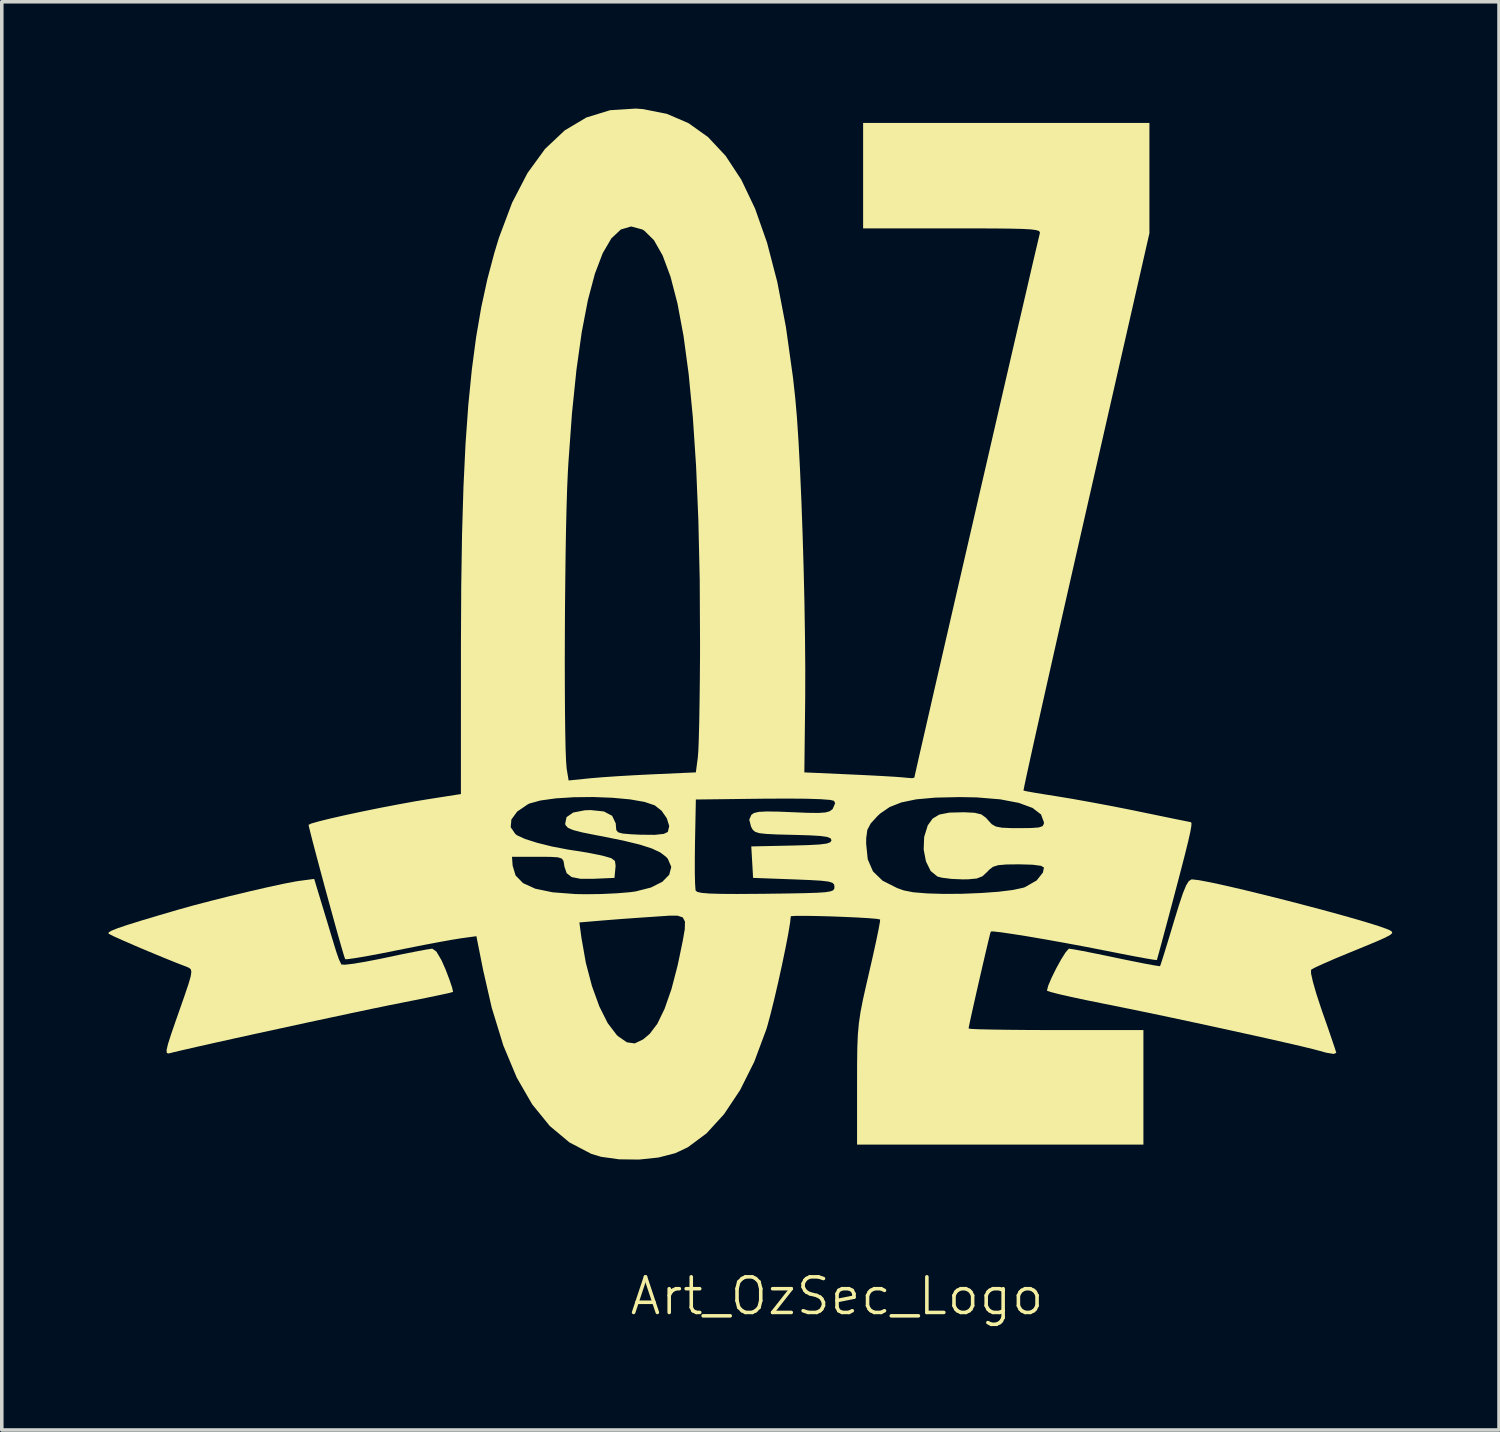
<source format=kicad_pcb>
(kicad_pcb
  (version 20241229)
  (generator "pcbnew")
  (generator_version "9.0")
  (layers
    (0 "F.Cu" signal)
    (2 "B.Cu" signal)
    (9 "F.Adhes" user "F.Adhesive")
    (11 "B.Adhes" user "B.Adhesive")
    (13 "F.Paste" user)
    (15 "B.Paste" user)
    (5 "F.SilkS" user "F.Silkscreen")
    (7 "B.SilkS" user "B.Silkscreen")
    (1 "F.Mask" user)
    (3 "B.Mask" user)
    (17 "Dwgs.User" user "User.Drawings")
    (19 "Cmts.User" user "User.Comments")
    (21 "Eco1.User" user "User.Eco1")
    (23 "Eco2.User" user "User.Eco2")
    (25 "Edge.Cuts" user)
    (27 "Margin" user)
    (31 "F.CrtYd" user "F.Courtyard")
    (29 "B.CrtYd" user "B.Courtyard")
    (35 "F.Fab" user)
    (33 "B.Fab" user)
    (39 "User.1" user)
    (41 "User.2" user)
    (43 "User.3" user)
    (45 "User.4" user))
  (footprint "Art_OzSec_Logo"
    (layer "F.Cu")
    (at 20.314 18.902)
    (property "Reference" "Art_OzSec_Logo" (at 0.15 14.46 0) (unlocked yes) (layer "F.SilkS") (effects (font (size 1 1) (thickness 0.1))))
    (attr smd)
    (fp_poly (pts (xy -14.273 3.613) (xy -14.153 4.008) (xy -14.043 4.374) (xy -13.956 4.66) (xy -13.918 4.784) (xy -13.844 4.997) (xy -13.779 5.133) (xy -13.772 5.143) (xy -13.673 5.149) (xy -13.44 5.122) (xy -13.105 5.066) (xy -12.697 4.987) (xy -12.534 4.953) (xy -12.1 4.861) (xy -11.717 4.785) (xy -11.421 4.729) (xy -11.244 4.701) (xy -11.218 4.699) (xy -11.104 4.781) (xy -10.961 5.024) (xy -10.843 5.292) (xy -10.734 5.579) (xy -10.661 5.798) (xy -10.637 5.909) (xy -10.639 5.914) (xy -10.73 5.939) (xy -10.959 5.99) (xy -11.298 6.061) (xy -11.719 6.146) (xy -12.071 6.216) (xy -12.438 6.289) (xy -12.917 6.388) (xy -13.482 6.507) (xy -14.11 6.641) (xy -14.777 6.784) (xy -15.458 6.932) (xy -16.13 7.078) (xy -16.768 7.218) (xy -17.348 7.347) (xy -17.846 7.459) (xy -18.238 7.549) (xy -18.5 7.611) (xy -18.571 7.63) (xy -18.643 7.643) (xy -18.681 7.62) (xy -18.683 7.538) (xy -18.644 7.374) (xy -18.558 7.106) (xy -18.422 6.711) (xy -18.342 6.484) (xy -18.181 6.024) (xy -18.071 5.698) (xy -18.008 5.482) (xy -17.988 5.349) (xy -18.005 5.276) (xy -18.055 5.236) (xy -18.107 5.214) (xy -18.432 5.087) (xy -18.808 4.935) (xy -19.203 4.771) (xy -19.583 4.61) (xy -19.914 4.466) (xy -20.165 4.353) (xy -20.301 4.285) (xy -20.314 4.276) (xy -20.312 4.242) (xy -20.235 4.195) (xy -20.068 4.127) (xy -19.796 4.035) (xy -19.403 3.912) (xy -18.874 3.754) (xy -18.379 3.609) (xy -17.951 3.489) (xy -17.446 3.357) (xy -16.901 3.22) (xy -16.354 3.089) (xy -15.843 2.971) (xy -15.404 2.876) (xy -15.075 2.813) (xy -14.977 2.797) (xy -14.538 2.738)) (stroke (width 0) (type solid)) (fill yes) (layer "F.SilkS"))
    (fp_poly (pts (xy 10.316 2.774) (xy 10.643 2.836) (xy 11.079 2.931) (xy 11.599 3.052) (xy 12.177 3.193) (xy 12.785 3.346) (xy 13.399 3.506) (xy 13.991 3.664) (xy 14.535 3.815) (xy 15.006 3.952) (xy 15.376 4.067) (xy 15.62 4.155) (xy 15.684 4.184) (xy 15.738 4.221) (xy 15.747 4.26) (xy 15.692 4.311) (xy 15.553 4.386) (xy 15.313 4.493) (xy 14.951 4.644) (xy 14.514 4.823) (xy 14.135 4.98) (xy 13.812 5.121) (xy 13.579 5.228) (xy 13.469 5.289) (xy 13.467 5.291) (xy 13.466 5.394) (xy 13.518 5.626) (xy 13.613 5.959) (xy 13.746 6.364) (xy 13.784 6.476) (xy 13.926 6.88) (xy 14.044 7.225) (xy 14.13 7.479) (xy 14.172 7.613) (xy 14.175 7.626) (xy 14.101 7.655) (xy 13.893 7.621) (xy 13.71 7.57) (xy 13.514 7.518) (xy 13.176 7.436) (xy 12.721 7.331) (xy 12.173 7.207) (xy 11.555 7.071) (xy 10.894 6.926) (xy 10.211 6.778) (xy 9.532 6.633) (xy 8.882 6.496) (xy 8.283 6.373) (xy 7.76 6.267) (xy 7.677 6.251) (xy 7.177 6.15) (xy 6.739 6.057) (xy 6.388 5.977) (xy 6.15 5.916) (xy 6.049 5.88) (xy 6.047 5.877) (xy 6.084 5.736) (xy 6.179 5.512) (xy 6.308 5.251) (xy 6.447 4.999) (xy 6.572 4.801) (xy 6.658 4.703) (xy 6.67 4.699) (xy 6.789 4.716) (xy 7.042 4.762) (xy 7.395 4.832) (xy 7.815 4.918) (xy 7.993 4.956) (xy 8.421 5.045) (xy 8.786 5.117) (xy 9.057 5.167) (xy 9.206 5.189) (xy 9.225 5.189) (xy 9.255 5.104) (xy 9.325 4.885) (xy 9.425 4.562) (xy 9.546 4.163) (xy 9.607 3.958) (xy 9.754 3.479) (xy 9.867 3.141) (xy 9.957 2.922) (xy 10.032 2.801) (xy 10.102 2.755) (xy 10.126 2.752)) (stroke (width 0) (type solid)) (fill yes) (layer "F.SilkS"))
    (fp_poly (pts (xy -5.3 -18.887) (xy -4.631 -18.754) (xy -4.023 -18.493) (xy -3.473 -18.101) (xy -2.979 -17.573) (xy -2.54 -16.905) (xy -2.153 -16.094) (xy -1.816 -15.136) (xy -1.527 -14.026) (xy -1.285 -12.762) (xy -1.086 -11.338) (xy -1.024 -10.773) (xy -0.977 -10.236) (xy -0.932 -9.557) (xy -0.89 -8.764) (xy -0.851 -7.886) (xy -0.817 -6.948) (xy -0.788 -5.98) (xy -0.765 -5.009) (xy -0.75 -4.062) (xy -0.742 -3.168) (xy -0.744 -2.353) (xy -0.746 -2.159) (xy -0.768 -0.254) (xy 0.544 -0.195) (xy 1.017 -0.173) (xy 1.446 -0.15) (xy 1.795 -0.129) (xy 2.028 -0.111) (xy 2.089 -0.104) (xy 2.257 -0.091) (xy 2.322 -0.106) (xy 2.341 -0.193) (xy 2.394 -0.43) (xy 2.479 -0.805) (xy 2.593 -1.302) (xy 2.732 -1.908) (xy 2.892 -2.609) (xy 3.072 -3.39) (xy 3.267 -4.238) (xy 3.474 -5.138) (xy 3.69 -6.076) (xy 3.912 -7.039) (xy 4.136 -8.012) (xy 4.36 -8.981) (xy 4.579 -9.933) (xy 4.791 -10.852) (xy 4.993 -11.726) (xy 5.181 -12.539) (xy 5.353 -13.278) (xy 5.504 -13.929) (xy 5.631 -14.478) (xy 5.732 -14.91) (xy 5.803 -15.212) (xy 5.84 -15.369) (xy 5.845 -15.388) (xy 5.849 -15.43) (xy 5.82 -15.464) (xy 5.74 -15.489) (xy 5.593 -15.508) (xy 5.36 -15.521) (xy 5.025 -15.529) (xy 4.57 -15.534) (xy 3.976 -15.536) (xy 3.386 -15.536) (xy 0.883 -15.536) (xy 0.883 -17.018) (xy 0.883 -18.499) (xy 4.904 -18.499) (xy 8.926 -18.499) (xy 8.926 -16.95) (xy 8.926 -15.401) (xy 7.145 -7.584) (xy 6.89 -6.463) (xy 6.646 -5.389) (xy 6.416 -4.375) (xy 6.203 -3.431) (xy 6.009 -2.569) (xy 5.837 -1.8) (xy 5.688 -1.136) (xy 5.567 -0.587) (xy 5.475 -0.167) (xy 5.415 0.116) (xy 5.389 0.247) (xy 5.388 0.256) (xy 5.476 0.277) (xy 5.697 0.317) (xy 6.016 0.369) (xy 6.344 0.421) (xy 6.766 0.491) (xy 7.296 0.586) (xy 7.878 0.695) (xy 8.453 0.809) (xy 8.67 0.854) (xy 9.132 0.949) (xy 9.532 1.032) (xy 9.843 1.095) (xy 10.036 1.134) (xy 10.088 1.143) (xy 10.107 1.169) (xy 10.103 1.258) (xy 10.073 1.427) (xy 10.013 1.693) (xy 9.919 2.072) (xy 9.787 2.583) (xy 9.631 3.175) (xy 9.491 3.703) (xy 9.365 4.173) (xy 9.261 4.561) (xy 9.184 4.844) (xy 9.141 4.997) (xy 9.134 5.018) (xy 9.051 5.01) (xy 8.829 4.973) (xy 8.494 4.911) (xy 8.073 4.83) (xy 7.647 4.746) (xy 7.105 4.64) (xy 6.553 4.537) (xy 6.017 4.441) (xy 5.522 4.356) (xy 5.094 4.288) (xy 4.759 4.239) (xy 4.542 4.215) (xy 4.47 4.217) (xy 4.446 4.3) (xy 4.394 4.515) (xy 4.32 4.828) (xy 4.232 5.206) (xy 4.138 5.614) (xy 4.046 6.019) (xy 3.963 6.389) (xy 3.897 6.688) (xy 3.856 6.883) (xy 3.846 6.941) (xy 3.927 6.953) (xy 4.157 6.963) (xy 4.513 6.971) (xy 4.976 6.978) (xy 5.524 6.983) (xy 6.136 6.985) (xy 6.301 6.985) (xy 8.757 6.985) (xy 8.757 8.594) (xy 8.757 10.203) (xy 4.735 10.203) (xy 0.713 10.203) (xy 0.713 8.512) (xy 0.714 7.931) (xy 0.72 7.479) (xy 0.735 7.113) (xy 0.764 6.793) (xy 0.81 6.478) (xy 0.879 6.125) (xy 0.976 5.695) (xy 1.052 5.365) (xy 1.16 4.893) (xy 1.25 4.482) (xy 1.317 4.158) (xy 1.355 3.948) (xy 1.361 3.879) (xy 1.267 3.861) (xy 1.043 3.842) (xy 0.726 3.823) (xy 0.351 3.806) (xy -0.046 3.791) (xy -0.43 3.781) (xy -0.764 3.776) (xy -1.013 3.777) (xy -1.14 3.786) (xy -1.149 3.791) (xy -1.169 3.974) (xy -1.221 4.285) (xy -1.299 4.69) (xy -1.395 5.151) (xy -1.501 5.635) (xy -1.61 6.104) (xy -1.714 6.524) (xy -1.804 6.859) (xy -1.836 6.965) (xy -2.175 7.875) (xy -2.574 8.673) (xy -3.023 9.347) (xy -3.515 9.886) (xy -4.039 10.276) (xy -4.391 10.443) (xy -4.863 10.565) (xy -5.411 10.623) (xy -5.971 10.616) (xy -6.48 10.545) (xy -6.75 10.464) (xy -7.366 10.142) (xy -7.919 9.68) (xy -8.412 9.074) (xy -8.847 8.321) (xy -9.225 7.416) (xy -9.55 6.357) (xy -9.79 5.307) (xy -9.981 4.348) (xy -10.412 4.407) (xy -10.643 4.444) (xy -11.001 4.508) (xy -11.445 4.592) (xy -11.937 4.689) (xy -12.236 4.749) (xy -12.699 4.841) (xy -13.101 4.916) (xy -13.415 4.968) (xy -13.613 4.995) (xy -13.667 4.994) (xy -13.697 4.907) (xy -13.763 4.685) (xy -13.857 4.356) (xy -13.967 3.962) (xy -7.088 3.962) (xy -7.03 4.394) (xy -6.906 5.098) (xy -6.734 5.751) (xy -6.526 6.324) (xy -6.293 6.789) (xy -6.043 7.118) (xy -6 7.159) (xy -5.754 7.329) (xy -5.533 7.36) (xy -5.297 7.247) (xy -5.112 7.091) (xy -4.9 6.812) (xy -4.693 6.385) (xy -4.5 5.831) (xy -4.329 5.174) (xy -4.285 4.967) (xy -4.186 4.489) (xy -4.127 4.154) (xy -4.121 3.939) (xy -4.184 3.82) (xy -4.328 3.772) (xy -4.569 3.772) (xy -4.921 3.796) (xy -4.98 3.8) (xy -5.436 3.831) (xy -5.912 3.865) (xy -6.33 3.898) (xy -6.468 3.909) (xy -7.088 3.962) (xy -13.967 3.962) (xy -13.971 3.947) (xy -14.097 3.488) (xy -14.229 3.007) (xy -14.357 2.531) (xy -14.475 2.089) (xy -14.575 1.709) (xy -14.649 1.42) (xy -14.681 1.287) (xy -9.017 1.287) (xy -8.885 1.479) (xy -8.833 1.516) (xy -8.613 1.617) (xy -8.272 1.725) (xy -7.858 1.828) (xy -7.417 1.913) (xy -7.203 1.946) (xy -6.86 2.001) (xy -6.512 2.07) (xy -6.415 2.092) (xy -6.19 2.157) (xy -6.089 2.235) (xy -6.07 2.368) (xy -6.077 2.446) (xy -6.102 2.71) (xy -6.681 2.735) (xy -7.061 2.735) (xy -7.306 2.687) (xy -7.445 2.577) (xy -7.509 2.39) (xy -7.515 2.344) (xy -7.534 2.234) (xy -7.582 2.167) (xy -7.693 2.132) (xy -7.904 2.119) (xy -8.247 2.117) (xy -8.261 2.117) (xy -8.981 2.117) (xy -8.963 2.366) (xy -8.88 2.642) (xy -8.67 2.857) (xy -8.326 3.014) (xy -7.839 3.115) (xy -7.201 3.164) (xy -6.907 3.169) (xy -6.467 3.163) (xy -6.027 3.142) (xy -5.655 3.111) (xy -5.51 3.091) (xy -5.078 2.981) (xy -4.757 2.819) (xy -4.563 2.621) (xy -4.506 2.402) (xy -4.602 2.177) (xy -3.845 2.177) (xy -3.845 2.565) (xy -3.838 2.864) (xy -3.826 3.04) (xy -3.821 3.067) (xy -3.774 3.104) (xy -3.653 3.131) (xy -3.44 3.149) (xy -3.118 3.159) (xy -2.668 3.162) (xy -2.072 3.158) (xy -1.85 3.156) (xy -1.231 3.148) (xy -0.761 3.139) (xy -0.419 3.128) (xy -0.185 3.113) (xy -0.039 3.09) (xy 0.04 3.059) (xy 0.072 3.017) (xy 0.078 2.964) (xy 0.068 2.895) (xy 0.019 2.846) (xy -0.094 2.813) (xy -0.299 2.789) (xy -0.621 2.77) (xy -1.065 2.752) (xy -2.208 2.71) (xy -2.233 2.268) (xy -2.259 1.826) (xy -1.132 1.802) (xy -0.667 1.789) (xy -0.345 1.772) (xy -0.15 1.747) (xy 0.968 1.747) (xy 1.013 2.188) (xy 1.16 2.527) (xy 1.429 2.788) (xy 1.84 2.996) (xy 2.026 3.062) (xy 2.29 3.114) (xy 2.68 3.146) (xy 3.154 3.16) (xy 3.672 3.156) (xy 4.194 3.135) (xy 4.68 3.1) (xy 5.088 3.05) (xy 5.38 2.987) (xy 5.436 2.967) (xy 5.759 2.781) (xy 5.934 2.56) (xy 5.963 2.419) (xy 5.881 2.371) (xy 5.648 2.34) (xy 5.282 2.329) (xy 5.258 2.329) (xy 4.905 2.333) (xy 4.678 2.353) (xy 4.532 2.399) (xy 4.424 2.482) (xy 4.37 2.54) (xy 4.238 2.663) (xy 4.078 2.727) (xy 3.833 2.75) (xy 3.683 2.752) (xy 3.37 2.739) (xy 3.099 2.705) (xy 2.973 2.673) (xy 2.781 2.517) (xy 2.648 2.247) (xy 2.584 1.912) (xy 2.598 1.56) (xy 2.698 1.237) (xy 2.702 1.23) (xy 2.835 1.045) (xy 3.024 0.931) (xy 3.307 0.876) (xy 3.717 0.866) (xy 4.016 0.881) (xy 4.203 0.926) (xy 4.334 1.021) (xy 4.397 1.093) (xy 4.497 1.202) (xy 4.611 1.267) (xy 4.782 1.3) (xy 5.055 1.312) (xy 5.267 1.313) (xy 5.611 1.309) (xy 5.818 1.293) (xy 5.924 1.257) (xy 5.96 1.192) (xy 5.963 1.149) (xy 5.881 0.928) (xy 5.643 0.745) (xy 5.257 0.603) (xy 4.732 0.503) (xy 4.077 0.449) (xy 3.592 0.44) (xy 2.914 0.455) (xy 2.377 0.503) (xy 1.957 0.59) (xy 1.628 0.72) (xy 1.364 0.901) (xy 1.286 0.974) (xy 1.096 1.182) (xy 1.001 1.362) (xy 0.97 1.593) (xy 0.968 1.747) (xy -0.15 1.747) (xy -0.145 1.747) (xy -0.04 1.71) (xy -0.007 1.659) (xy -0.006 1.651) (xy -0.033 1.597) (xy -0.129 1.559) (xy -0.32 1.532) (xy -0.63 1.514) (xy -1.084 1.501) (xy -1.089 1.501) (xy -1.534 1.49) (xy -1.84 1.475) (xy -2.036 1.453) (xy -2.152 1.415) (xy -2.218 1.357) (xy -2.264 1.273) (xy -2.265 1.27) (xy -2.316 1.075) (xy -2.257 0.94) (xy -2.183 0.887) (xy -2.049 0.856) (xy -1.826 0.844) (xy -1.486 0.849) (xy -1.121 0.864) (xy -0.679 0.882) (xy -0.374 0.886) (xy -0.177 0.872) (xy -0.057 0.839) (xy 0.018 0.784) (xy 0.029 0.771) (xy 0.097 0.614) (xy 0.065 0.545) (xy -0.047 0.519) (xy -0.312 0.499) (xy -0.715 0.486) (xy -1.239 0.482) (xy -1.869 0.485) (xy -1.917 0.485) (xy -3.816 0.508) (xy -3.84 1.732) (xy -3.845 2.177) (xy -4.602 2.177) (xy -4.602 2.176) (xy -4.655 2.117) (xy -4.816 1.995) (xy -5.054 1.883) (xy -5.391 1.775) (xy -5.848 1.664) (xy -6.446 1.542) (xy -6.61 1.512) (xy -7.005 1.433) (xy -7.261 1.367) (xy -7.409 1.303) (xy -7.476 1.229) (xy -7.487 1.191) (xy -7.449 1.004) (xy -7.261 0.874) (xy -6.936 0.811) (xy -6.769 0.805) (xy -6.398 0.844) (xy -6.167 0.967) (xy -6.066 1.181) (xy -6.06 1.27) (xy -6.05 1.369) (xy -5.998 1.43) (xy -5.869 1.465) (xy -5.63 1.485) (xy -5.375 1.497) (xy -4.968 1.501) (xy -4.714 1.473) (xy -4.603 1.419) (xy -4.564 1.254) (xy -4.631 1.037) (xy -4.778 0.824) (xy -4.971 0.672) (xy -5.256 0.576) (xy -5.667 0.504) (xy -6.162 0.459) (xy -6.701 0.438) (xy -7.244 0.444) (xy -7.75 0.476) (xy -8.178 0.535) (xy -8.488 0.62) (xy -8.534 0.642) (xy -8.835 0.847) (xy -8.998 1.07) (xy -9.017 1.287) (xy -14.681 1.287) (xy -14.69 1.25) (xy -14.695 1.219) (xy -14.617 1.182) (xy -14.399 1.12) (xy -14.07 1.039) (xy -13.656 0.945) (xy -13.186 0.845) (xy -12.686 0.743) (xy -12.184 0.647) (xy -11.707 0.56) (xy -11.349 0.501) (xy -10.416 0.355) (xy -10.415 -3.333) (xy -7.498 -3.333) (xy -7.496 -2.614) (xy -7.492 -1.956) (xy -7.485 -1.379) (xy -7.475 -0.907) (xy -7.461 -0.559) (xy -7.445 -0.358) (xy -7.444 -0.352) (xy -7.39 -0.027) (xy -6.789 -0.088) (xy -6.471 -0.115) (xy -6.038 -0.145) (xy -5.546 -0.174) (xy -5.048 -0.199) (xy -5.002 -0.201) (xy -3.816 -0.254) (xy -3.76 -0.677) (xy -3.746 -0.865) (xy -3.733 -1.198) (xy -3.721 -1.652) (xy -3.712 -2.203) (xy -3.704 -2.827) (xy -3.699 -3.499) (xy -3.698 -3.852) (xy -3.707 -5.664) (xy -3.745 -7.331) (xy -3.809 -8.853) (xy -3.9 -10.225) (xy -4.018 -11.446) (xy -4.162 -12.514) (xy -4.332 -13.426) (xy -4.528 -14.181) (xy -4.749 -14.775) (xy -4.994 -15.206) (xy -5.265 -15.473) (xy -5.324 -15.507) (xy -5.634 -15.59) (xy -5.923 -15.505) (xy -6.189 -15.255) (xy -6.432 -14.84) (xy -6.652 -14.262) (xy -6.849 -13.521) (xy -7.022 -12.619) (xy -7.171 -11.557) (xy -7.296 -10.336) (xy -7.396 -8.957) (xy -7.412 -8.678) (xy -7.431 -8.25) (xy -7.448 -7.711) (xy -7.463 -7.081) (xy -7.475 -6.383) (xy -7.484 -5.637) (xy -7.492 -4.866) (xy -7.496 -4.091) (xy -7.498 -3.333) (xy -10.415 -3.333) (xy -10.415 -3.844) (xy -10.407 -5.473) (xy -10.384 -6.946) (xy -10.344 -8.279) (xy -10.286 -9.484) (xy -10.208 -10.577) (xy -10.109 -11.571) (xy -9.989 -12.479) (xy -9.845 -13.317) (xy -9.676 -14.096) (xy -9.481 -14.833) (xy -9.348 -15.272) (xy -8.977 -16.259) (xy -8.545 -17.091) (xy -8.053 -17.768) (xy -7.501 -18.288) (xy -6.892 -18.651) (xy -6.225 -18.856) (xy -5.502 -18.902)) (stroke (width 0) (type solid)) (fill yes) (layer "F.SilkS")))
  (gr_rect
    (start -3 -3)
    (end 39.061 37.122)
    (stroke (width 0.1) (type default))
    (fill no)
    (layer "Edge.Cuts")))
</source>
